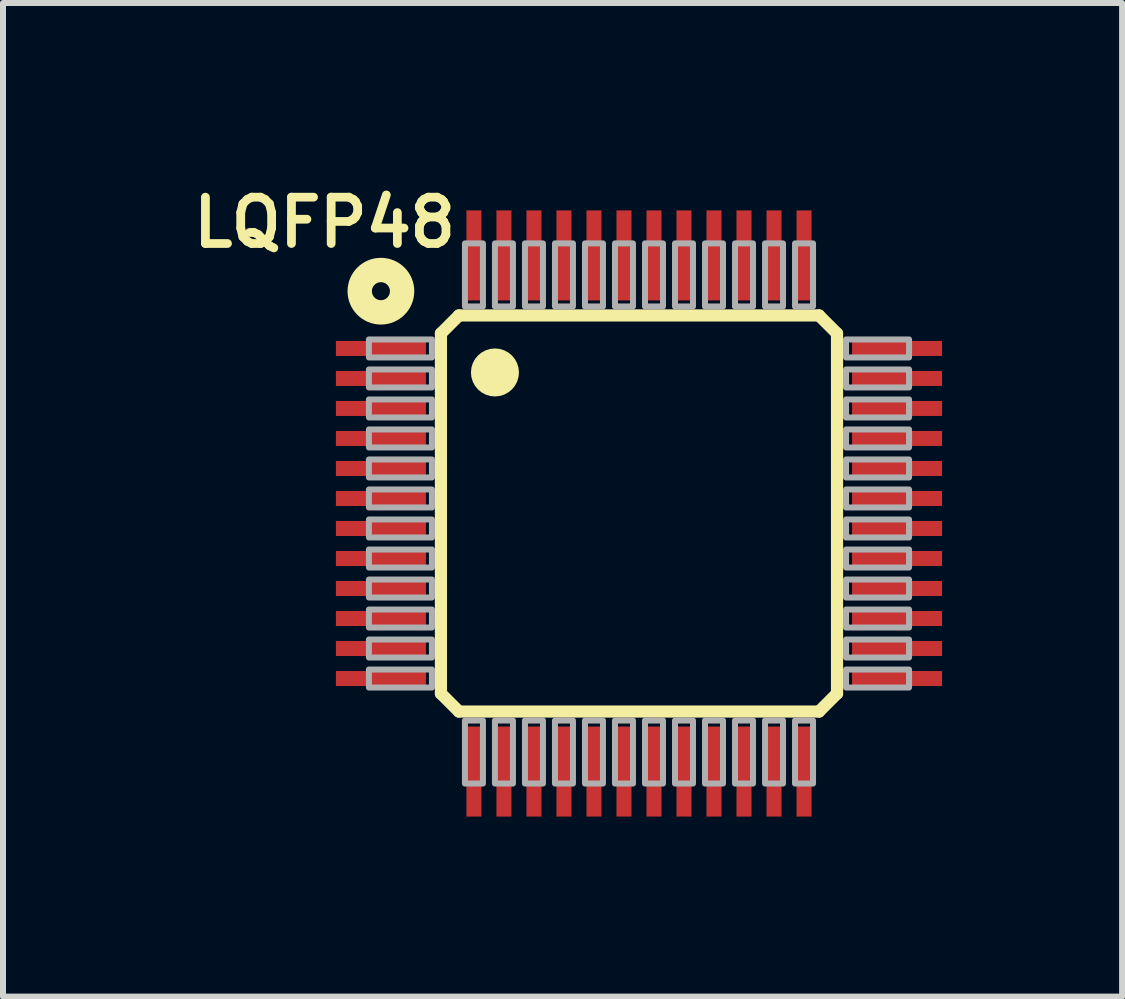
<source format=kicad_pcb>
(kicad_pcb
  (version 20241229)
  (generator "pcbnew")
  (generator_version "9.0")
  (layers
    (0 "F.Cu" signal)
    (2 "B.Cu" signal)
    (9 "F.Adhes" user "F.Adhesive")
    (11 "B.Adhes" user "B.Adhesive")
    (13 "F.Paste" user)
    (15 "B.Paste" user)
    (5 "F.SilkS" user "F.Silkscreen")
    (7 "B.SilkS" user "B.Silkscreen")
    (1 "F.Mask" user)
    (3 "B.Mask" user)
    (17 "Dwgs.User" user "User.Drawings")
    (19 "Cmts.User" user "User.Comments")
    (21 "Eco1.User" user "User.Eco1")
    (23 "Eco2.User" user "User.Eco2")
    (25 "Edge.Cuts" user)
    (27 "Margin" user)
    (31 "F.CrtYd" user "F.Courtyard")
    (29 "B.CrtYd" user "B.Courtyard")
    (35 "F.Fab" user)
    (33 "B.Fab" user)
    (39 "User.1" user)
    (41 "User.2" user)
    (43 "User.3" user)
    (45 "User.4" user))
  (footprint "LQFP48"
    (layer "F.Cu")
    (at 7.597 5.506)
    (property "Reference" "LQFP48" (at -2.974 -5.3 0) (layer "F.SilkS") (effects (font (size 0.772 0.772) (thickness 0.146)) (justify right top)))
    (attr through_hole)
    (fp_line (start -3.3 -3) (end -3.3 3) (stroke (width 0.203) (type solid)) (layer "F.SilkS"))
    (fp_line (start -3.3 3) (end -3 3.3) (stroke (width 0.203) (type solid)) (layer "F.SilkS"))
    (fp_line (start -3 -3.3) (end -3.3 -3) (stroke (width 0.203) (type solid)) (layer "F.SilkS"))
    (fp_line (start -3 3.3) (end 3 3.3) (stroke (width 0.203) (type solid)) (layer "F.SilkS"))
    (fp_line (start 3 -3.3) (end -3 -3.3) (stroke (width 0.203) (type solid)) (layer "F.SilkS"))
    (fp_line (start 3 3.3) (end 3.3 3) (stroke (width 0.203) (type solid)) (layer "F.SilkS"))
    (fp_line (start 3.3 -3) (end 3 -3.3) (stroke (width 0.203) (type solid)) (layer "F.SilkS"))
    (fp_line (start 3.3 3) (end 3.3 -3) (stroke (width 0.203) (type solid)) (layer "F.SilkS"))
    (fp_circle (center -4.3 -3.704) (end -4.15 -3.704) (stroke (width 0.406) (type solid)) (fill no) (layer "F.SilkS"))
    (fp_circle (center -2.4 -2.35) (end -2.2 -2.35) (stroke (width 0.4) (type solid)) (fill no) (layer "F.SilkS"))
    (fp_poly (pts (xy -4.5 -2.6) (xy -3.45 -2.6) (xy -3.45 -2.9) (xy -4.5 -2.9)) (stroke (width 0.1) (type solid)) (fill no) (layer "F.Fab"))
    (fp_poly (pts (xy -4.5 -2.1) (xy -3.45 -2.1) (xy -3.45 -2.4) (xy -4.5 -2.4)) (stroke (width 0.1) (type solid)) (fill no) (layer "F.Fab"))
    (fp_poly (pts (xy -4.5 -1.6) (xy -3.45 -1.6) (xy -3.45 -1.9) (xy -4.5 -1.9)) (stroke (width 0.1) (type solid)) (fill no) (layer "F.Fab"))
    (fp_poly (pts (xy -4.5 -1.1) (xy -3.45 -1.1) (xy -3.45 -1.4) (xy -4.5 -1.4)) (stroke (width 0.1) (type solid)) (fill no) (layer "F.Fab"))
    (fp_poly (pts (xy -4.5 -0.6) (xy -3.45 -0.6) (xy -3.45 -0.9) (xy -4.5 -0.9)) (stroke (width 0.1) (type solid)) (fill no) (layer "F.Fab"))
    (fp_poly (pts (xy -4.5 -0.1) (xy -3.45 -0.1) (xy -3.45 -0.4) (xy -4.5 -0.4)) (stroke (width 0.1) (type solid)) (fill no) (layer "F.Fab"))
    (fp_poly (pts (xy -4.5 0.4) (xy -3.45 0.4) (xy -3.45 0.1) (xy -4.5 0.1)) (stroke (width 0.1) (type solid)) (fill no) (layer "F.Fab"))
    (fp_poly (pts (xy -4.5 0.9) (xy -3.45 0.9) (xy -3.45 0.6) (xy -4.5 0.6)) (stroke (width 0.1) (type solid)) (fill no) (layer "F.Fab"))
    (fp_poly (pts (xy -4.5 1.4) (xy -3.45 1.4) (xy -3.45 1.1) (xy -4.5 1.1)) (stroke (width 0.1) (type solid)) (fill no) (layer "F.Fab"))
    (fp_poly (pts (xy -4.5 1.9) (xy -3.45 1.9) (xy -3.45 1.6) (xy -4.5 1.6)) (stroke (width 0.1) (type solid)) (fill no) (layer "F.Fab"))
    (fp_poly (pts (xy -4.5 2.4) (xy -3.45 2.4) (xy -3.45 2.1) (xy -4.5 2.1)) (stroke (width 0.1) (type solid)) (fill no) (layer "F.Fab"))
    (fp_poly (pts (xy -4.5 2.9) (xy -3.45 2.9) (xy -3.45 2.6) (xy -4.5 2.6)) (stroke (width 0.1) (type solid)) (fill no) (layer "F.Fab"))
    (fp_poly (pts (xy -2.9 -3.45) (xy -2.6 -3.45) (xy -2.6 -4.5) (xy -2.9 -4.5)) (stroke (width 0.1) (type solid)) (fill no) (layer "F.Fab"))
    (fp_poly (pts (xy -2.9 4.5) (xy -2.6 4.5) (xy -2.6 3.45) (xy -2.9 3.45)) (stroke (width 0.1) (type solid)) (fill no) (layer "F.Fab"))
    (fp_poly (pts (xy -2.4 -3.45) (xy -2.1 -3.45) (xy -2.1 -4.5) (xy -2.4 -4.5)) (stroke (width 0.1) (type solid)) (fill no) (layer "F.Fab"))
    (fp_poly (pts (xy -2.4 4.5) (xy -2.1 4.5) (xy -2.1 3.45) (xy -2.4 3.45)) (stroke (width 0.1) (type solid)) (fill no) (layer "F.Fab"))
    (fp_poly (pts (xy -1.9 -3.45) (xy -1.6 -3.45) (xy -1.6 -4.5) (xy -1.9 -4.5)) (stroke (width 0.1) (type solid)) (fill no) (layer "F.Fab"))
    (fp_poly (pts (xy -1.9 4.5) (xy -1.6 4.5) (xy -1.6 3.45) (xy -1.9 3.45)) (stroke (width 0.1) (type solid)) (fill no) (layer "F.Fab"))
    (fp_poly (pts (xy -1.4 -3.45) (xy -1.1 -3.45) (xy -1.1 -4.5) (xy -1.4 -4.5)) (stroke (width 0.1) (type solid)) (fill no) (layer "F.Fab"))
    (fp_poly (pts (xy -1.4 4.5) (xy -1.1 4.5) (xy -1.1 3.45) (xy -1.4 3.45)) (stroke (width 0.1) (type solid)) (fill no) (layer "F.Fab"))
    (fp_poly (pts (xy -0.9 -3.45) (xy -0.6 -3.45) (xy -0.6 -4.5) (xy -0.9 -4.5)) (stroke (width 0.1) (type solid)) (fill no) (layer "F.Fab"))
    (fp_poly (pts (xy -0.9 4.5) (xy -0.6 4.5) (xy -0.6 3.45) (xy -0.9 3.45)) (stroke (width 0.1) (type solid)) (fill no) (layer "F.Fab"))
    (fp_poly (pts (xy -0.4 -3.45) (xy -0.1 -3.45) (xy -0.1 -4.5) (xy -0.4 -4.5)) (stroke (width 0.1) (type solid)) (fill no) (layer "F.Fab"))
    (fp_poly (pts (xy -0.4 4.5) (xy -0.1 4.5) (xy -0.1 3.45) (xy -0.4 3.45)) (stroke (width 0.1) (type solid)) (fill no) (layer "F.Fab"))
    (fp_poly (pts (xy 0.1 -3.45) (xy 0.4 -3.45) (xy 0.4 -4.5) (xy 0.1 -4.5)) (stroke (width 0.1) (type solid)) (fill no) (layer "F.Fab"))
    (fp_poly (pts (xy 0.1 4.5) (xy 0.4 4.5) (xy 0.4 3.45) (xy 0.1 3.45)) (stroke (width 0.1) (type solid)) (fill no) (layer "F.Fab"))
    (fp_poly (pts (xy 0.6 -3.45) (xy 0.9 -3.45) (xy 0.9 -4.5) (xy 0.6 -4.5)) (stroke (width 0.1) (type solid)) (fill no) (layer "F.Fab"))
    (fp_poly (pts (xy 0.6 4.5) (xy 0.9 4.5) (xy 0.9 3.45) (xy 0.6 3.45)) (stroke (width 0.1) (type solid)) (fill no) (layer "F.Fab"))
    (fp_poly (pts (xy 1.1 -3.45) (xy 1.4 -3.45) (xy 1.4 -4.5) (xy 1.1 -4.5)) (stroke (width 0.1) (type solid)) (fill no) (layer "F.Fab"))
    (fp_poly (pts (xy 1.1 4.5) (xy 1.4 4.5) (xy 1.4 3.45) (xy 1.1 3.45)) (stroke (width 0.1) (type solid)) (fill no) (layer "F.Fab"))
    (fp_poly (pts (xy 1.6 -3.45) (xy 1.9 -3.45) (xy 1.9 -4.5) (xy 1.6 -4.5)) (stroke (width 0.1) (type solid)) (fill no) (layer "F.Fab"))
    (fp_poly (pts (xy 1.6 4.5) (xy 1.9 4.5) (xy 1.9 3.45) (xy 1.6 3.45)) (stroke (width 0.1) (type solid)) (fill no) (layer "F.Fab"))
    (fp_poly (pts (xy 2.1 -3.45) (xy 2.4 -3.45) (xy 2.4 -4.5) (xy 2.1 -4.5)) (stroke (width 0.1) (type solid)) (fill no) (layer "F.Fab"))
    (fp_poly (pts (xy 2.1 4.5) (xy 2.4 4.5) (xy 2.4 3.45) (xy 2.1 3.45)) (stroke (width 0.1) (type solid)) (fill no) (layer "F.Fab"))
    (fp_poly (pts (xy 2.6 -3.45) (xy 2.9 -3.45) (xy 2.9 -4.5) (xy 2.6 -4.5)) (stroke (width 0.1) (type solid)) (fill no) (layer "F.Fab"))
    (fp_poly (pts (xy 2.6 4.5) (xy 2.9 4.5) (xy 2.9 3.45) (xy 2.6 3.45)) (stroke (width 0.1) (type solid)) (fill no) (layer "F.Fab"))
    (fp_poly (pts (xy 3.45 -2.6) (xy 4.5 -2.6) (xy 4.5 -2.9) (xy 3.45 -2.9)) (stroke (width 0.1) (type solid)) (fill no) (layer "F.Fab"))
    (fp_poly (pts (xy 3.45 -2.1) (xy 4.5 -2.1) (xy 4.5 -2.4) (xy 3.45 -2.4)) (stroke (width 0.1) (type solid)) (fill no) (layer "F.Fab"))
    (fp_poly (pts (xy 3.45 -1.6) (xy 4.5 -1.6) (xy 4.5 -1.9) (xy 3.45 -1.9)) (stroke (width 0.1) (type solid)) (fill no) (layer "F.Fab"))
    (fp_poly (pts (xy 3.45 -1.1) (xy 4.5 -1.1) (xy 4.5 -1.4) (xy 3.45 -1.4)) (stroke (width 0.1) (type solid)) (fill no) (layer "F.Fab"))
    (fp_poly (pts (xy 3.45 -0.6) (xy 4.5 -0.6) (xy 4.5 -0.9) (xy 3.45 -0.9)) (stroke (width 0.1) (type solid)) (fill no) (layer "F.Fab"))
    (fp_poly (pts (xy 3.45 -0.1) (xy 4.5 -0.1) (xy 4.5 -0.4) (xy 3.45 -0.4)) (stroke (width 0.1) (type solid)) (fill no) (layer "F.Fab"))
    (fp_poly (pts (xy 3.45 0.4) (xy 4.5 0.4) (xy 4.5 0.1) (xy 3.45 0.1)) (stroke (width 0.1) (type solid)) (fill no) (layer "F.Fab"))
    (fp_poly (pts (xy 3.45 0.9) (xy 4.5 0.9) (xy 4.5 0.6) (xy 3.45 0.6)) (stroke (width 0.1) (type solid)) (fill no) (layer "F.Fab"))
    (fp_poly (pts (xy 3.45 1.4) (xy 4.5 1.4) (xy 4.5 1.1) (xy 3.45 1.1)) (stroke (width 0.1) (type solid)) (fill no) (layer "F.Fab"))
    (fp_poly (pts (xy 3.45 1.9) (xy 4.5 1.9) (xy 4.5 1.6) (xy 3.45 1.6)) (stroke (width 0.1) (type solid)) (fill no) (layer "F.Fab"))
    (fp_poly (pts (xy 3.45 2.4) (xy 4.5 2.4) (xy 4.5 2.1) (xy 3.45 2.1)) (stroke (width 0.1) (type solid)) (fill no) (layer "F.Fab"))
    (fp_poly (pts (xy 3.45 2.9) (xy 4.5 2.9) (xy 4.5 2.6) (xy 3.45 2.6)) (stroke (width 0.1) (type solid)) (fill no) (layer "F.Fab"))
    (pad "1" smd rect (at -4.3 -2.75) (size 1.5 0.25) (layers "F.Cu" "F.Mask" "F.Paste"))
    (pad "2" smd rect (at -4.3 -2.25) (size 1.5 0.25) (layers "F.Cu" "F.Mask" "F.Paste"))
    (pad "3" smd rect (at -4.3 -1.75) (size 1.5 0.25) (layers "F.Cu" "F.Mask" "F.Paste"))
    (pad "4" smd rect (at -4.3 -1.25) (size 1.5 0.25) (layers "F.Cu" "F.Mask" "F.Paste"))
    (pad "5" smd rect (at -4.3 -0.75) (size 1.5 0.25) (layers "F.Cu" "F.Mask" "F.Paste"))
    (pad "6" smd rect (at -4.3 -0.25) (size 1.5 0.25) (layers "F.Cu" "F.Mask" "F.Paste"))
    (pad "7" smd rect (at -4.3 0.25) (size 1.5 0.25) (layers "F.Cu" "F.Mask" "F.Paste"))
    (pad "8" smd rect (at -4.3 0.75) (size 1.5 0.25) (layers "F.Cu" "F.Mask" "F.Paste"))
    (pad "9" smd rect (at -4.3 1.25) (size 1.5 0.25) (layers "F.Cu" "F.Mask" "F.Paste"))
    (pad "10" smd rect (at -4.3 1.75) (size 1.5 0.25) (layers "F.Cu" "F.Mask" "F.Paste"))
    (pad "11" smd rect (at -4.3 2.25) (size 1.5 0.25) (layers "F.Cu" "F.Mask" "F.Paste"))
    (pad "12" smd rect (at -4.3 2.75) (size 1.5 0.25) (layers "F.Cu" "F.Mask" "F.Paste"))
    (pad "13" smd rect (at -2.75 4.3) (size 0.25 1.5) (layers "F.Cu" "F.Mask" "F.Paste"))
    (pad "14" smd rect (at -2.25 4.3) (size 0.25 1.5) (layers "F.Cu" "F.Mask" "F.Paste"))
    (pad "15" smd rect (at -1.75 4.3) (size 0.25 1.5) (layers "F.Cu" "F.Mask" "F.Paste"))
    (pad "16" smd rect (at -1.25 4.3) (size 0.25 1.5) (layers "F.Cu" "F.Mask" "F.Paste"))
    (pad "17" smd rect (at -0.75 4.3) (size 0.25 1.5) (layers "F.Cu" "F.Mask" "F.Paste"))
    (pad "18" smd rect (at -0.25 4.3) (size 0.25 1.5) (layers "F.Cu" "F.Mask" "F.Paste"))
    (pad "19" smd rect (at 0.25 4.3) (size 0.25 1.5) (layers "F.Cu" "F.Mask" "F.Paste"))
    (pad "20" smd rect (at 0.75 4.3) (size 0.25 1.5) (layers "F.Cu" "F.Mask" "F.Paste"))
    (pad "21" smd rect (at 1.25 4.3) (size 0.25 1.5) (layers "F.Cu" "F.Mask" "F.Paste"))
    (pad "22" smd rect (at 1.75 4.3) (size 0.25 1.5) (layers "F.Cu" "F.Mask" "F.Paste"))
    (pad "23" smd rect (at 2.25 4.3) (size 0.25 1.5) (layers "F.Cu" "F.Mask" "F.Paste"))
    (pad "24" smd rect (at 2.75 4.3) (size 0.25 1.5) (layers "F.Cu" "F.Mask" "F.Paste"))
    (pad "25" smd rect (at 4.3 2.75) (size 1.5 0.25) (layers "F.Cu" "F.Mask" "F.Paste"))
    (pad "26" smd rect (at 4.3 2.25) (size 1.5 0.25) (layers "F.Cu" "F.Mask" "F.Paste"))
    (pad "27" smd rect (at 4.3 1.75) (size 1.5 0.25) (layers "F.Cu" "F.Mask" "F.Paste"))
    (pad "28" smd rect (at 4.3 1.25) (size 1.5 0.25) (layers "F.Cu" "F.Mask" "F.Paste"))
    (pad "29" smd rect (at 4.3 0.75) (size 1.5 0.25) (layers "F.Cu" "F.Mask" "F.Paste"))
    (pad "30" smd rect (at 4.3 0.25) (size 1.5 0.25) (layers "F.Cu" "F.Mask" "F.Paste"))
    (pad "31" smd rect (at 4.3 -0.25) (size 1.5 0.25) (layers "F.Cu" "F.Mask" "F.Paste"))
    (pad "32" smd rect (at 4.3 -0.75) (size 1.5 0.25) (layers "F.Cu" "F.Mask" "F.Paste"))
    (pad "33" smd rect (at 4.3 -1.25) (size 1.5 0.25) (layers "F.Cu" "F.Mask" "F.Paste"))
    (pad "34" smd rect (at 4.3 -1.75) (size 1.5 0.25) (layers "F.Cu" "F.Mask" "F.Paste"))
    (pad "35" smd rect (at 4.3 -2.25) (size 1.5 0.25) (layers "F.Cu" "F.Mask" "F.Paste"))
    (pad "36" smd rect (at 4.3 -2.75) (size 1.5 0.25) (layers "F.Cu" "F.Mask" "F.Paste"))
    (pad "37" smd rect (at 2.75 -4.3) (size 0.25 1.5) (layers "F.Cu" "F.Mask" "F.Paste"))
    (pad "38" smd rect (at 2.25 -4.3) (size 0.25 1.5) (layers "F.Cu" "F.Mask" "F.Paste"))
    (pad "39" smd rect (at 1.75 -4.3) (size 0.25 1.5) (layers "F.Cu" "F.Mask" "F.Paste"))
    (pad "40" smd rect (at 1.25 -4.3) (size 0.25 1.5) (layers "F.Cu" "F.Mask" "F.Paste"))
    (pad "41" smd rect (at 0.75 -4.3) (size 0.25 1.5) (layers "F.Cu" "F.Mask" "F.Paste"))
    (pad "42" smd rect (at 0.25 -4.3) (size 0.25 1.5) (layers "F.Cu" "F.Mask" "F.Paste"))
    (pad "43" smd rect (at -0.25 -4.3) (size 0.25 1.5) (layers "F.Cu" "F.Mask" "F.Paste"))
    (pad "44" smd rect (at -0.75 -4.3) (size 0.25 1.5) (layers "F.Cu" "F.Mask" "F.Paste"))
    (pad "45" smd rect (at -1.25 -4.3) (size 0.25 1.5) (layers "F.Cu" "F.Mask" "F.Paste"))
    (pad "46" smd rect (at -1.75 -4.3) (size 0.25 1.5) (layers "F.Cu" "F.Mask" "F.Paste"))
    (pad "47" smd rect (at -2.25 -4.3) (size 0.25 1.5) (layers "F.Cu" "F.Mask" "F.Paste"))
    (pad "48" smd rect (at -2.75 -4.3) (size 0.25 1.5) (layers "F.Cu" "F.Mask" "F.Paste")))
  (gr_rect
    (start -3 -3)
    (end 15.647 13.556)
    (stroke (width 0.1) (type default))
    (fill no)
    (layer "Edge.Cuts")))
</source>
